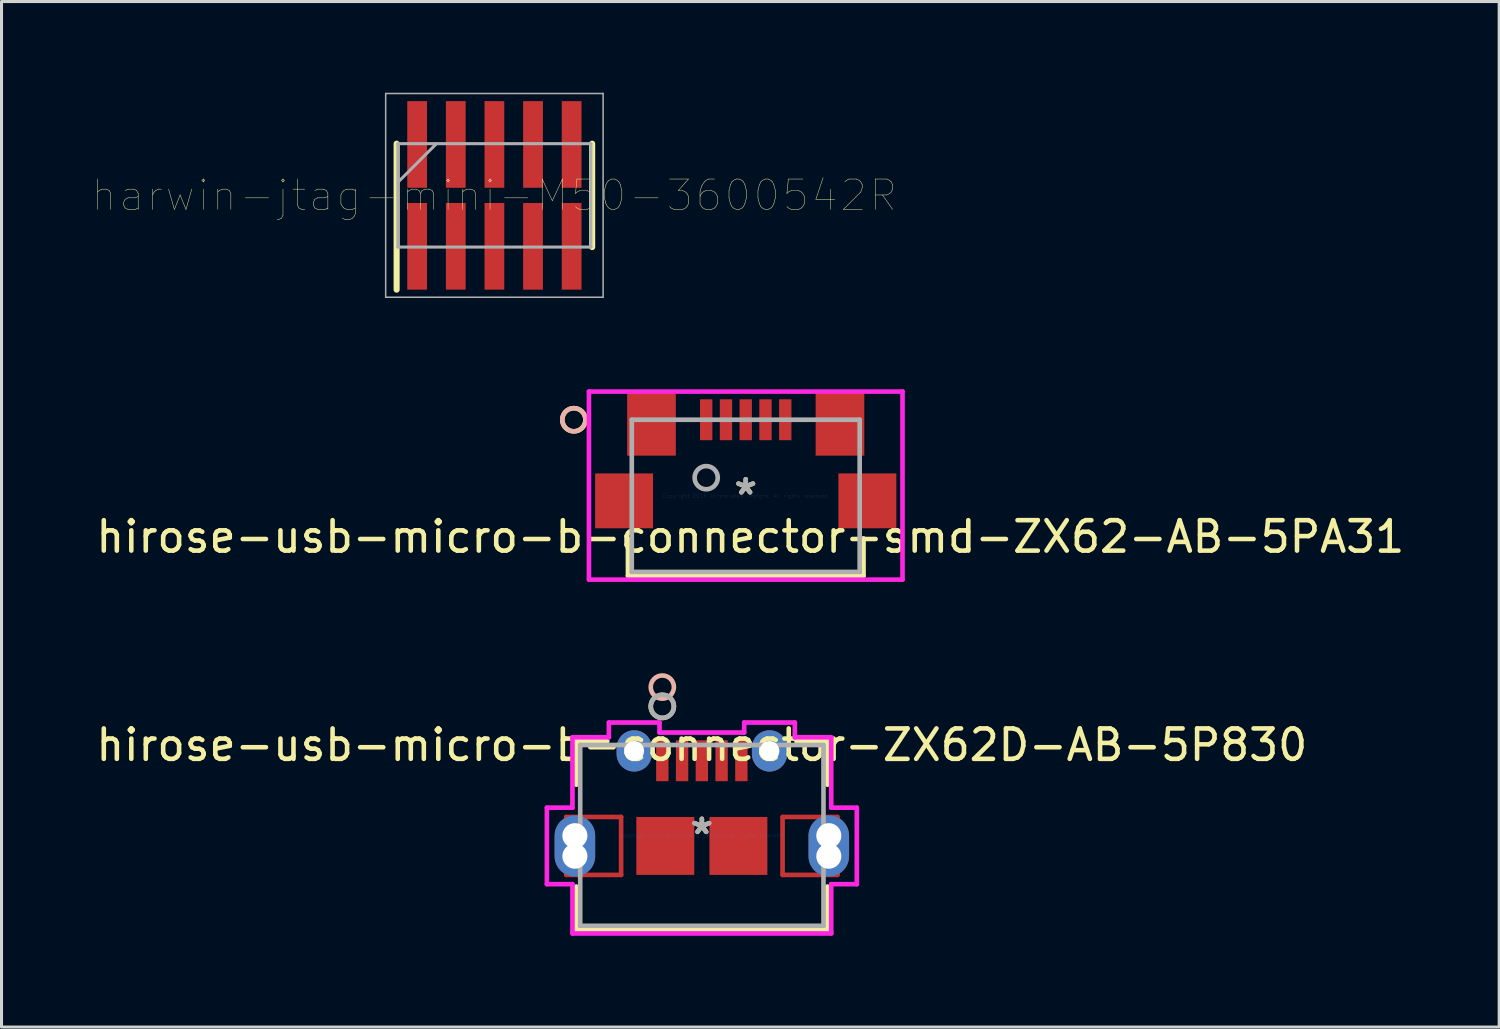
<source format=kicad_pcb>
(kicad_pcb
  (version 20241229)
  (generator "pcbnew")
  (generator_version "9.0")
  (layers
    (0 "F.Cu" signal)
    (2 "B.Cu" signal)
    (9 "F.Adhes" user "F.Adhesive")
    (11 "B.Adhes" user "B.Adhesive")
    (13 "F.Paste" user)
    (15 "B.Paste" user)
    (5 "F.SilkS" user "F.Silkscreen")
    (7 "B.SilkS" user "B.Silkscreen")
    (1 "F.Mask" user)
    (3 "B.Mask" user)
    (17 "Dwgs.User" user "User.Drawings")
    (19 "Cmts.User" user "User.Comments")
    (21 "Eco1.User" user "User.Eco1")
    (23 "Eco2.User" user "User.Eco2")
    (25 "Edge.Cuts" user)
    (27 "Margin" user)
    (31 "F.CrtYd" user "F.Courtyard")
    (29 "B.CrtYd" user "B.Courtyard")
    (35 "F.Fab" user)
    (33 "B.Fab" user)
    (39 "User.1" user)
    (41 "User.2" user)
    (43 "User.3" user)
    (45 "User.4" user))
  (footprint "harwin-jtag-mini-M50-3600542R"
    (layer "F.Cu")
    (at 13.208 3.375)
    (property "Reference" "harwin-jtag-mini-M50-3600542R" (at 0 0 0) (layer "F.SilkS") (effects (font (size 1 1) (thickness 0.015))))
    (attr through_hole)
    (fp_line (start -3.215 3.1) (end -3.215 -1.7) (stroke (width 0.2) (type solid)) (layer "F.SilkS"))
    (fp_line (start 3.215 1.7) (end 3.215 -1.7) (stroke (width 0.2) (type solid)) (layer "F.SilkS"))
    (fp_line (start -3.575 -3.35) (end 3.575 -3.35) (stroke (width 0.05) (type solid)) (layer "F.Fab"))
    (fp_line (start -3.575 3.35) (end -3.575 -3.35) (stroke (width 0.05) (type solid)) (layer "F.Fab"))
    (fp_line (start -3.175 -1.7) (end 3.175 -1.7) (stroke (width 0.1) (type solid)) (layer "F.Fab"))
    (fp_line (start -3.175 -0.43) (end -1.905 -1.7) (stroke (width 0.1) (type solid)) (layer "F.Fab"))
    (fp_line (start -3.175 1.7) (end -3.175 -1.7) (stroke (width 0.1) (type solid)) (layer "F.Fab"))
    (fp_line (start 3.175 -1.7) (end 3.175 1.7) (stroke (width 0.1) (type solid)) (layer "F.Fab"))
    (fp_line (start 3.175 1.7) (end -3.175 1.7) (stroke (width 0.1) (type solid)) (layer "F.Fab"))
    (fp_line (start 3.575 -3.35) (end 3.575 3.35) (stroke (width 0.05) (type solid)) (layer "F.Fab"))
    (fp_line (start 3.575 3.35) (end -3.575 3.35) (stroke (width 0.05) (type solid)) (layer "F.Fab"))
    (pad "1" smd rect (at -2.54 1.675) (size 0.65 2.85) (layers "F.Cu" "F.Mask" "F.Paste"))
    (pad "2" smd rect (at -2.54 -1.675) (size 0.65 2.85) (layers "F.Cu" "F.Mask" "F.Paste"))
    (pad "3" smd rect (at -1.27 1.675) (size 0.65 2.85) (layers "F.Cu" "F.Mask" "F.Paste"))
    (pad "4" smd rect (at -1.27 -1.675) (size 0.65 2.85) (layers "F.Cu" "F.Mask" "F.Paste"))
    (pad "5" smd rect (at 0 1.675) (size 0.65 2.85) (layers "F.Cu" "F.Mask" "F.Paste"))
    (pad "6" smd rect (at 0 -1.675) (size 0.65 2.85) (layers "F.Cu" "F.Mask" "F.Paste"))
    (pad "7" smd rect (at 1.27 1.675) (size 0.65 2.85) (layers "F.Cu" "F.Mask" "F.Paste"))
    (pad "8" smd rect (at 1.27 -1.675) (size 0.65 2.85) (layers "F.Cu" "F.Mask" "F.Paste"))
    (pad "9" smd rect (at 2.54 1.675) (size 0.65 2.85) (layers "F.Cu" "F.Mask" "F.Paste"))
    (pad "10" smd rect (at 2.54 -1.675) (size 0.65 2.85) (layers "F.Cu" "F.Mask" "F.Paste")))
  (footprint "hirose-usb-micro-b-connector-ZX62D-AB-5P830"
    (layer "F.Cu")
    (at 20.03 24.421)
    (property "Reference" "hirose-usb-micro-b-connector-ZX62D-AB-5P830" (at 0 -2.972 0) (layer "F.SilkS") (effects (font (size 1 1) (thickness 0.15))))
    (attr through_hole)
    (fp_line (start -4.459 -0.605) (end -4.459 1.3) (stroke (width 0.152) (type solid)) (layer "F.Cu"))
    (fp_line (start -4.459 1.3) (end -2.655 1.3) (stroke (width 0.152) (type solid)) (layer "F.Cu"))
    (fp_line (start -2.655 -0.605) (end -4.459 -0.605) (stroke (width 0.152) (type solid)) (layer "F.Cu"))
    (fp_line (start -2.655 1.3) (end -2.655 -0.605) (stroke (width 0.152) (type solid)) (layer "F.Cu"))
    (fp_line (start 2.655 -0.605) (end 4.459 -0.605) (stroke (width 0.152) (type solid)) (layer "F.Cu"))
    (fp_line (start 2.655 1.3) (end 2.655 -0.605) (stroke (width 0.152) (type solid)) (layer "F.Cu"))
    (fp_line (start 4.459 -0.605) (end 4.459 1.3) (stroke (width 0.152) (type solid)) (layer "F.Cu"))
    (fp_line (start 4.459 1.3) (end 2.655 1.3) (stroke (width 0.152) (type solid)) (layer "F.Cu"))
    (fp_line (start -4.459 -0.605) (end -4.459 1.3) (stroke (width 0.152) (type solid)) (layer "F.Mask"))
    (fp_line (start -4.459 1.3) (end -2.655 1.3) (stroke (width 0.152) (type solid)) (layer "F.Mask"))
    (fp_line (start -2.655 -0.605) (end -4.459 -0.605) (stroke (width 0.152) (type solid)) (layer "F.Mask"))
    (fp_line (start -2.655 1.3) (end -2.655 -0.605) (stroke (width 0.152) (type solid)) (layer "F.Mask"))
    (fp_line (start 2.655 -0.605) (end 4.459 -0.605) (stroke (width 0.152) (type solid)) (layer "F.Mask"))
    (fp_line (start 2.655 1.3) (end 2.655 -0.605) (stroke (width 0.152) (type solid)) (layer "F.Mask"))
    (fp_line (start 4.459 -0.605) (end 4.459 1.3) (stroke (width 0.152) (type solid)) (layer "F.Mask"))
    (fp_line (start 4.459 1.3) (end 2.655 1.3) (stroke (width 0.152) (type solid)) (layer "F.Mask"))
    (fp_line (start -4.128 -3.099) (end -4.128 -1.666) (stroke (width 0.152) (type solid)) (layer "F.SilkS"))
    (fp_line (start -4.128 1.683) (end -4.128 3.099) (stroke (width 0.152) (type solid)) (layer "F.SilkS"))
    (fp_line (start -4.128 3.099) (end 4.128 3.099) (stroke (width 0.152) (type solid)) (layer "F.SilkS"))
    (fp_line (start -3.11 -3.099) (end -4.128 -3.099) (stroke (width 0.152) (type solid)) (layer "F.SilkS"))
    (fp_line (start 4.128 -3.099) (end 3.11 -3.099) (stroke (width 0.152) (type solid)) (layer "F.SilkS"))
    (fp_line (start 4.128 -1.666) (end 4.128 -3.099) (stroke (width 0.152) (type solid)) (layer "F.SilkS"))
    (fp_line (start 4.128 3.099) (end 4.128 1.683) (stroke (width 0.152) (type solid)) (layer "F.SilkS"))
    (fp_circle (center -1.3 -4.242) (end -0.919 -4.242) (stroke (width 0.152) (type solid)) (fill no) (layer "F.SilkS"))
    (fp_circle (center -1.3 -4.877) (end -0.919 -4.877) (stroke (width 0.152) (type solid)) (fill no) (layer "B.SilkS"))
    (fp_line (start -4.459 -0.605) (end -2.655 -0.605) (stroke (width 0.152) (type solid)) (layer "F.Paste"))
    (fp_line (start -4.459 1.3) (end -4.459 -0.605) (stroke (width 0.152) (type solid)) (layer "F.Paste"))
    (fp_line (start -2.655 -0.605) (end -2.655 1.3) (stroke (width 0.152) (type solid)) (layer "F.Paste"))
    (fp_line (start -2.655 1.3) (end -4.459 1.3) (stroke (width 0.152) (type solid)) (layer "F.Paste"))
    (fp_line (start 2.655 -0.605) (end 4.459 -0.605) (stroke (width 0.152) (type solid)) (layer "F.Paste"))
    (fp_line (start 2.655 1.3) (end 2.655 -0.605) (stroke (width 0.152) (type solid)) (layer "F.Paste"))
    (fp_line (start 4.459 -0.605) (end 4.459 1.3) (stroke (width 0.152) (type solid)) (layer "F.Paste"))
    (fp_line (start 4.459 1.3) (end 2.655 1.3) (stroke (width 0.152) (type solid)) (layer "F.Paste"))
    (fp_line (start -5.096 -0.911) (end -5.096 1.605) (stroke (width 0.152) (type solid)) (layer "F.CrtYd"))
    (fp_line (start -5.096 1.605) (end -4.255 1.605) (stroke (width 0.152) (type solid)) (layer "F.CrtYd"))
    (fp_line (start -4.255 -3.226) (end -4.255 -0.911) (stroke (width 0.152) (type solid)) (layer "F.CrtYd"))
    (fp_line (start -4.255 -0.911) (end -5.096 -0.911) (stroke (width 0.152) (type solid)) (layer "F.CrtYd"))
    (fp_line (start -4.255 1.605) (end -4.255 3.226) (stroke (width 0.152) (type solid)) (layer "F.CrtYd"))
    (fp_line (start -4.255 3.226) (end 4.255 3.226) (stroke (width 0.152) (type solid)) (layer "F.CrtYd"))
    (fp_line (start -3.058 -3.711) (end -3.058 -3.226) (stroke (width 0.152) (type solid)) (layer "F.CrtYd"))
    (fp_line (start -3.058 -3.226) (end -4.255 -3.226) (stroke (width 0.152) (type solid)) (layer "F.CrtYd"))
    (fp_line (start -1.392 -3.711) (end -3.058 -3.711) (stroke (width 0.152) (type solid)) (layer "F.CrtYd"))
    (fp_line (start -1.392 -3.382) (end -1.392 -3.711) (stroke (width 0.152) (type solid)) (layer "F.CrtYd"))
    (fp_line (start 1.392 -3.711) (end 1.392 -3.382) (stroke (width 0.152) (type solid)) (layer "F.CrtYd"))
    (fp_line (start 1.392 -3.382) (end -1.392 -3.382) (stroke (width 0.152) (type solid)) (layer "F.CrtYd"))
    (fp_line (start 3.058 -3.711) (end 1.392 -3.711) (stroke (width 0.152) (type solid)) (layer "F.CrtYd"))
    (fp_line (start 3.058 -3.226) (end 3.058 -3.711) (stroke (width 0.152) (type solid)) (layer "F.CrtYd"))
    (fp_line (start 4.255 -3.226) (end 3.058 -3.226) (stroke (width 0.152) (type solid)) (layer "F.CrtYd"))
    (fp_line (start 4.255 -0.911) (end 4.255 -3.226) (stroke (width 0.152) (type solid)) (layer "F.CrtYd"))
    (fp_line (start 4.255 1.605) (end 5.096 1.605) (stroke (width 0.152) (type solid)) (layer "F.CrtYd"))
    (fp_line (start 4.255 3.226) (end 4.255 1.605) (stroke (width 0.152) (type solid)) (layer "F.CrtYd"))
    (fp_line (start 5.096 -0.911) (end 4.255 -0.911) (stroke (width 0.152) (type solid)) (layer "F.CrtYd"))
    (fp_line (start 5.096 1.605) (end 5.096 -0.911) (stroke (width 0.152) (type solid)) (layer "F.CrtYd"))
    (fp_line (start -4 -2.972) (end -4 2.972) (stroke (width 0.152) (type solid)) (layer "F.Fab"))
    (fp_line (start -4 2.972) (end 4 2.972) (stroke (width 0.152) (type solid)) (layer "F.Fab"))
    (fp_line (start 4 -2.972) (end -4 -2.972) (stroke (width 0.152) (type solid)) (layer "F.Fab"))
    (fp_line (start 4 2.972) (end 4 -2.972) (stroke (width 0.152) (type solid)) (layer "F.Fab"))
    (fp_circle (center -1.3 -4.242) (end -0.919 -4.242) (stroke (width 0.152) (type solid)) (fill no) (layer "F.Fab"))
    (fp_text user "*" (at 0 0 0) (layer "F.SilkS") (effects (font (size 1 1) (thickness 0.15))))
    (fp_text user "Copyright 2016 Accelerated Designs. All rights reserved." (at 0 0 0) (layer "Cmts.User") (effects (font (size 0.127 0.127) (thickness 0.002))))
    (fp_text user "*" (at 0 0 0) (layer "F.Fab") (effects (font (size 1 1) (thickness 0.15))))
    (pad "" np_thru_hole circle (at -4.175 0.01) (size 0.825 0.825) (drill 0.825) (layers "*.Cu" "*.Mask"))
    (pad "" np_thru_hole circle (at -4.175 0.685) (size 0.825 0.825) (drill 0.825) (layers "*.Cu" "*.Mask"))
    (pad "" np_thru_hole circle (at -2.225 -2.778) (size 0.65 0.65) (drill 0.65) (layers "*.Cu" "*.Mask"))
    (pad "" np_thru_hole circle (at 2.225 -2.778) (size 0.65 0.65) (drill 0.65) (layers "*.Cu" "*.Mask"))
    (pad "" np_thru_hole circle (at 4.175 0.01) (size 0.825 0.825) (drill 0.825) (layers "*.Cu" "*.Mask"))
    (pad "" np_thru_hole circle (at 4.175 0.685) (size 0.825 0.825) (drill 0.825) (layers "*.Cu" "*.Mask"))
    (pad "1" smd rect (at -1.3 -2.455) (size 0.406 1.346) (layers "F.Cu" "F.Mask" "F.Paste"))
    (pad "2" smd rect (at -0.65 -2.455) (size 0.406 1.346) (layers "F.Cu" "F.Mask" "F.Paste"))
    (pad "3" smd rect (at 0 -2.455) (size 0.406 1.346) (layers "F.Cu" "F.Mask" "F.Paste"))
    (pad "4" smd rect (at 0.65 -2.455) (size 0.406 1.346) (layers "F.Cu" "F.Mask" "F.Paste"))
    (pad "5" smd rect (at 1.3 -2.455) (size 0.406 1.346) (layers "F.Cu" "F.Mask" "F.Paste"))
    (pad "6" thru_hole oval (at -4.175 0.347 90) (size 2.008 1.333) (drill 0.025) (layers "*.Cu" "*.Mask"))
    (pad "7" thru_hole oval (at 4.175 0.347 90) (size 2.008 1.333) (drill 0.025) (layers "*.Cu" "*.Mask"))
    (pad "8" smd rect (at -1.202 0.347) (size 1.905 1.905) (layers "F.Cu" "F.Mask" "F.Paste"))
    (pad "9" smd rect (at 1.202 0.347) (size 1.905 1.905) (layers "F.Cu" "F.Mask" "F.Paste"))
    (pad "10" thru_hole oval (at 2.225 -2.778 90) (size 1.358 1.158) (drill 0.025) (layers "*.Cu" "*.Mask"))
    (pad "11" thru_hole oval (at -2.225 -2.778 90) (size 1.358 1.158) (drill 0.025) (layers "*.Cu" "*.Mask")))
  (footprint "hirose-usb-micro-b-connector-smd-ZX62-AB-5PA31"
    (layer "F.Cu")
    (at 21.473 13.255)
    (property "Reference" "hirose-usb-micro-b-connector-smd-ZX62-AB-5PA31" (at 0.152 1.346 0) (layer "F.SilkS") (effects (font (size 1 1) (thickness 0.15))))
    (attr through_hole)
    (fp_line (start -3.873 1.4) (end -3.873 2.629) (stroke (width 0.152) (type solid)) (layer "F.SilkS"))
    (fp_line (start -3.873 2.629) (end 3.873 2.629) (stroke (width 0.152) (type solid)) (layer "F.SilkS"))
    (fp_line (start 3.873 2.629) (end 3.873 1.4) (stroke (width 0.152) (type solid)) (layer "F.SilkS"))
    (fp_circle (center -5.652 -2.502) (end -5.271 -2.502) (stroke (width 0.152) (type solid)) (fill no) (layer "F.SilkS"))
    (fp_circle (center -5.652 -2.502) (end -5.271 -2.502) (stroke (width 0.152) (type solid)) (fill no) (layer "B.SilkS"))
    (fp_line (start -5.156 -3.429) (end -5.156 2.756) (stroke (width 0.152) (type solid)) (layer "F.CrtYd"))
    (fp_line (start -5.156 2.756) (end 5.156 2.756) (stroke (width 0.152) (type solid)) (layer "F.CrtYd"))
    (fp_line (start 5.156 -3.429) (end -5.156 -3.429) (stroke (width 0.152) (type solid)) (layer "F.CrtYd"))
    (fp_line (start 5.156 2.756) (end 5.156 -3.429) (stroke (width 0.152) (type solid)) (layer "F.CrtYd"))
    (fp_line (start -3.747 -2.502) (end -3.747 2.502) (stroke (width 0.152) (type solid)) (layer "F.Fab"))
    (fp_line (start -3.747 2.502) (end 3.747 2.502) (stroke (width 0.152) (type solid)) (layer "F.Fab"))
    (fp_line (start 3.747 -2.502) (end -3.747 -2.502) (stroke (width 0.152) (type solid)) (layer "F.Fab"))
    (fp_line (start 3.747 2.502) (end 3.747 -2.502) (stroke (width 0.152) (type solid)) (layer "F.Fab"))
    (fp_circle (center -1.3 -0.597) (end -0.919 -0.597) (stroke (width 0.152) (type solid)) (fill no) (layer "F.Fab"))
    (fp_text user "*" (at 0 0 0) (layer "F.SilkS") (effects (font (size 1 1) (thickness 0.15))))
    (fp_text user "Copyright 2016 Accelerated Designs. All rights reserved." (at 0 0 0) (layer "Cmts.User") (effects (font (size 0.127 0.127) (thickness 0.002))))
    (fp_text user "*" (at 0 0 0) (layer "F.Fab") (effects (font (size 1 1) (thickness 0.15))))
    (pad "1" smd rect (at -1.3 -2.502) (size 0.406 1.346) (layers "F.Cu" "F.Mask" "F.Paste"))
    (pad "2" smd rect (at -0.65 -2.502) (size 0.406 1.346) (layers "F.Cu" "F.Mask" "F.Paste"))
    (pad "3" smd rect (at 0 -2.502) (size 0.406 1.346) (layers "F.Cu" "F.Mask" "F.Paste"))
    (pad "4" smd rect (at 0.65 -2.502) (size 0.406 1.346) (layers "F.Cu" "F.Mask" "F.Paste"))
    (pad "5" smd rect (at 1.3 -2.502) (size 0.406 1.346) (layers "F.Cu" "F.Mask" "F.Paste"))
    (pad "6" smd rect (at -3.099 -2.375 90) (size 2.108 1.6) (layers "F.Cu" "F.Mask" "F.Paste"))
    (pad "7" smd rect (at 3.099 -2.375 90) (size 2.108 1.6) (layers "F.Cu" "F.Mask" "F.Paste"))
    (pad "8" smd rect (at -4 0.165 90) (size 1.803 1.905) (layers "F.Cu" "F.Mask" "F.Paste"))
    (pad "9" smd rect (at 4 0.165 90) (size 1.803 1.905) (layers "F.Cu" "F.Mask" "F.Paste")))
  (gr_rect
    (start -3 -3)
    (end 46.25 30.723)
    (stroke (width 0.1) (type default))
    (fill no)
    (layer "Edge.Cuts")))
</source>
